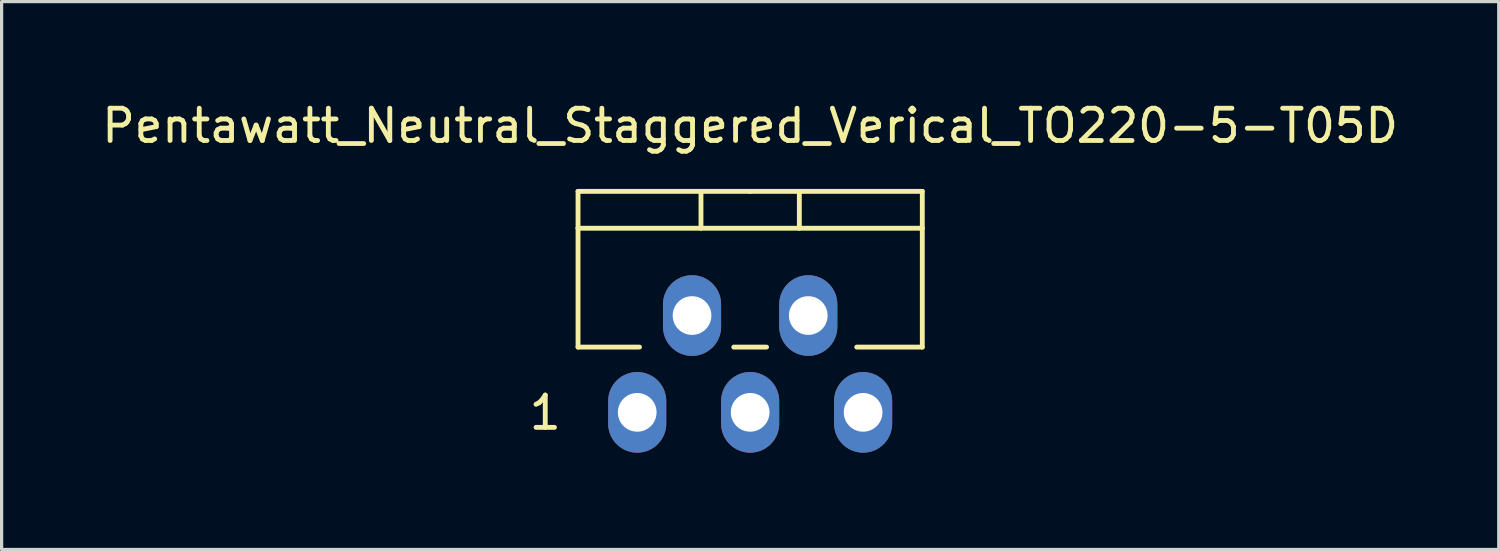
<source format=kicad_pcb>
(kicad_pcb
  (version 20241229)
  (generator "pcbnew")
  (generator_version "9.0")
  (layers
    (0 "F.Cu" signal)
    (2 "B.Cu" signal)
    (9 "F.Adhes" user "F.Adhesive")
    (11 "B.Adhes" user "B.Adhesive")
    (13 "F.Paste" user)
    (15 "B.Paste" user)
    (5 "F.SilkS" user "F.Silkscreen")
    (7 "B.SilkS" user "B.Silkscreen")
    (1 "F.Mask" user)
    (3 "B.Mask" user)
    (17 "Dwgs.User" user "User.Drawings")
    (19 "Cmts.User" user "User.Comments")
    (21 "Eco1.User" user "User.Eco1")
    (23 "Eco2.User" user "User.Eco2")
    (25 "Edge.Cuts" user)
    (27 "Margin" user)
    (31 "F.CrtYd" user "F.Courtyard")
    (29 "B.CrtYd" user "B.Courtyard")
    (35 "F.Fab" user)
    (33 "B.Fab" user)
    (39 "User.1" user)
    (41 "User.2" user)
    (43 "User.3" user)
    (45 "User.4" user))
  (footprint "Pentawatt_Neutral_Staggered_Verical_TO220-5-T05D"
    (layer "F.Cu")
    (at 20.196 5.928)
    (property "Reference" "Pentawatt_Neutral_Staggered_Verical_TO220-5-T05D" (at 0 -5.08 0) (layer "F.SilkS") (effects (font (size 1 1) (thickness 0.15))))
    (attr through_hole)
    (fp_line (start -5.334 -1.905) (end -5.334 -3.048) (stroke (width 0.15) (type solid)) (layer "F.SilkS"))
    (fp_line (start -5.334 1.778) (end -5.334 -1.905) (stroke (width 0.15) (type solid)) (layer "F.SilkS"))
    (fp_line (start -5.334 1.778) (end -3.429 1.778) (stroke (width 0.15) (type solid)) (layer "F.SilkS"))
    (fp_line (start -1.524 -3.048) (end -1.524 -1.905) (stroke (width 0.15) (type solid)) (layer "F.SilkS"))
    (fp_line (start -0.508 1.778) (end 0.508 1.778) (stroke (width 0.15) (type solid)) (layer "F.SilkS"))
    (fp_line (start 0 -3.048) (end -5.334 -3.048) (stroke (width 0.15) (type solid)) (layer "F.SilkS"))
    (fp_line (start 0 -3.048) (end 5.334 -3.048) (stroke (width 0.15) (type solid)) (layer "F.SilkS"))
    (fp_line (start 1.524 -3.048) (end 1.524 -1.905) (stroke (width 0.15) (type solid)) (layer "F.SilkS"))
    (fp_line (start 3.302 1.778) (end 5.334 1.778) (stroke (width 0.15) (type solid)) (layer "F.SilkS"))
    (fp_line (start 5.334 -3.048) (end 5.334 -1.905) (stroke (width 0.15) (type solid)) (layer "F.SilkS"))
    (fp_line (start 5.334 -1.905) (end -5.334 -1.905) (stroke (width 0.15) (type solid)) (layer "F.SilkS"))
    (fp_line (start 5.334 -1.905) (end 5.334 1.778) (stroke (width 0.15) (type solid)) (layer "F.SilkS"))
    (fp_text user "1" (at -6.35 3.81 0) (layer "F.SilkS") (effects (font (size 1 1) (thickness 0.15))))
    (pad "1" thru_hole oval (at -3.5 3.8 90) (size 2.499 1.801) (drill 1.199) (layers "*.Cu" "*.Mask"))
    (pad "2" thru_hole oval (at -1.801 0.8 90) (size 2.499 1.801) (drill 1.199) (layers "*.Cu" "*.Mask"))
    (pad "3" thru_hole oval (at 0 3.8 90) (size 2.499 1.801) (drill 1.199) (layers "*.Cu" "*.Mask"))
    (pad "4" thru_hole oval (at 1.801 0.8 90) (size 2.499 1.801) (drill 1.199) (layers "*.Cu" "*.Mask"))
    (pad "5" thru_hole oval (at 3.5 3.8 90) (size 2.499 1.801) (drill 1.199) (layers "*.Cu" "*.Mask")))
  (gr_rect
    (start -3 -3)
    (end 43.393 13.978)
    (stroke (width 0.1) (type default))
    (fill no)
    (layer "Edge.Cuts")))
</source>
